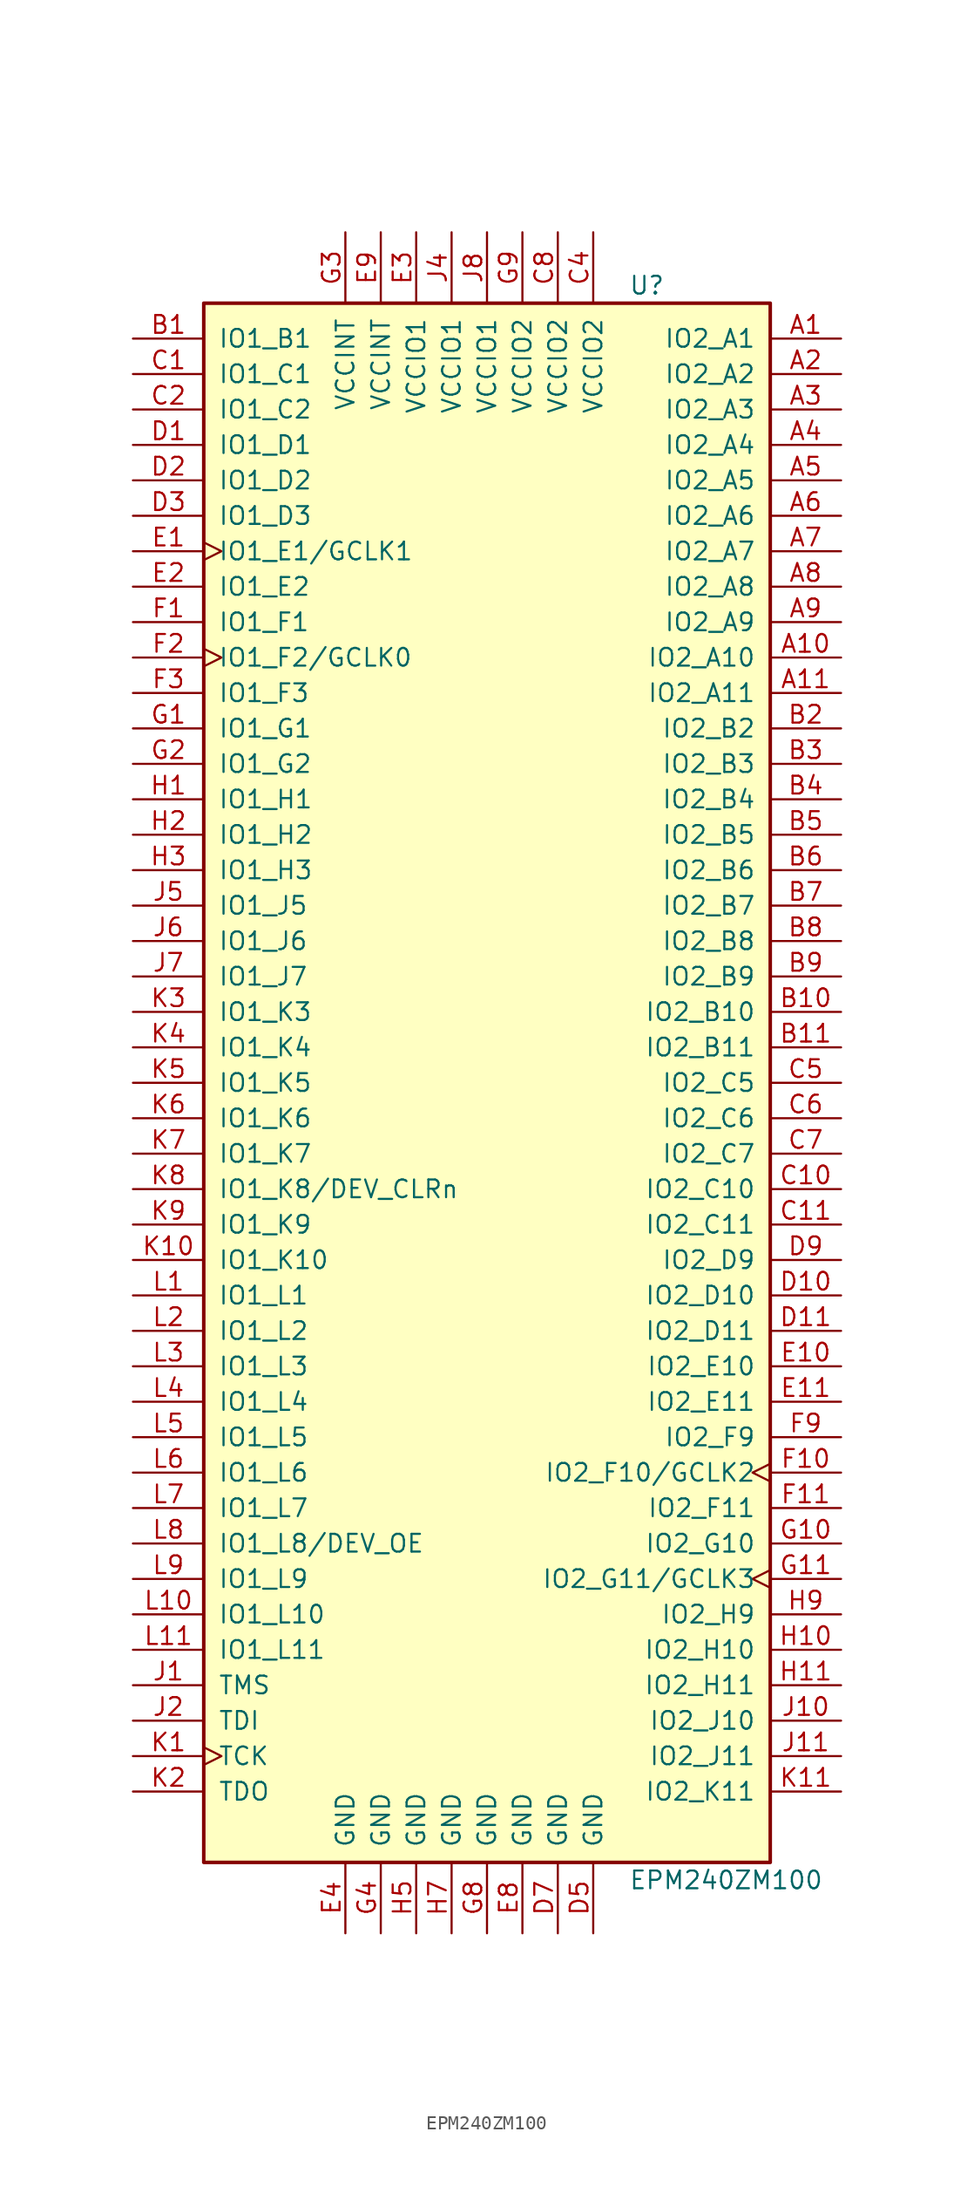
<source format=kicad_sym>
(kicad_symbol_lib
  (version 20201005)
  (generator kicad_symbol_editor)
  (symbol "EPM240ZM100"
    (pin_names
      (offset 1.016))
    (property "Reference" "U"
      (at 10.16 57.15 0)
      (effects (font (size 1.27 1.27)) (justify left)))
    (property "Value" "EPM240ZM100"
      (at 10.16 -57.15 0)
      (effects (font (size 1.27 1.27)) (justify left)))
    (property "ki_locked" ""
      (at 0 0 0)
      (effects (font (size 1.27 1.27))))
    (symbol "EPM240ZM100_1_1"
      (rectangle (start -20.32 55.88) (end 20.32 -55.88) (stroke (width 0.254)) (fill (type background)))
      (pin bidirectional line (at 25.4 53.34 180) (length 5.08) (name "IO2_A1" (effects (font (size 1.27 1.27)))) (number "A1" (effects (font (size 1.27 1.27)))))
      (pin bidirectional line (at 25.4 30.48 180) (length 5.08) (name "IO2_A10" (effects (font (size 1.27 1.27)))) (number "A10" (effects (font (size 1.27 1.27)))))
      (pin bidirectional line (at 25.4 27.94 180) (length 5.08) (name "IO2_A11" (effects (font (size 1.27 1.27)))) (number "A11" (effects (font (size 1.27 1.27)))))
      (pin bidirectional line (at 25.4 50.8 180) (length 5.08) (name "IO2_A2" (effects (font (size 1.27 1.27)))) (number "A2" (effects (font (size 1.27 1.27)))))
      (pin bidirectional line (at 25.4 48.26 180) (length 5.08) (name "IO2_A3" (effects (font (size 1.27 1.27)))) (number "A3" (effects (font (size 1.27 1.27)))))
      (pin bidirectional line (at 25.4 45.72 180) (length 5.08) (name "IO2_A4" (effects (font (size 1.27 1.27)))) (number "A4" (effects (font (size 1.27 1.27)))))
      (pin bidirectional line (at 25.4 43.18 180) (length 5.08) (name "IO2_A5" (effects (font (size 1.27 1.27)))) (number "A5" (effects (font (size 1.27 1.27)))))
      (pin bidirectional line (at 25.4 40.64 180) (length 5.08) (name "IO2_A6" (effects (font (size 1.27 1.27)))) (number "A6" (effects (font (size 1.27 1.27)))))
      (pin bidirectional line (at 25.4 38.1 180) (length 5.08) (name "IO2_A7" (effects (font (size 1.27 1.27)))) (number "A7" (effects (font (size 1.27 1.27)))))
      (pin bidirectional line (at 25.4 35.56 180) (length 5.08) (name "IO2_A8" (effects (font (size 1.27 1.27)))) (number "A8" (effects (font (size 1.27 1.27)))))
      (pin bidirectional line (at 25.4 33.02 180) (length 5.08) (name "IO2_A9" (effects (font (size 1.27 1.27)))) (number "A9" (effects (font (size 1.27 1.27)))))
      (pin bidirectional line (at -25.4 53.34 0) (length 5.08) (name "IO1_B1" (effects (font (size 1.27 1.27)))) (number "B1" (effects (font (size 1.27 1.27)))))
      (pin bidirectional line (at 25.4 5.08 180) (length 5.08) (name "IO2_B10" (effects (font (size 1.27 1.27)))) (number "B10" (effects (font (size 1.27 1.27)))))
      (pin bidirectional line (at 25.4 2.54 180) (length 5.08) (name "IO2_B11" (effects (font (size 1.27 1.27)))) (number "B11" (effects (font (size 1.27 1.27)))))
      (pin bidirectional line (at 25.4 25.4 180) (length 5.08) (name "IO2_B2" (effects (font (size 1.27 1.27)))) (number "B2" (effects (font (size 1.27 1.27)))))
      (pin bidirectional line (at 25.4 22.86 180) (length 5.08) (name "IO2_B3" (effects (font (size 1.27 1.27)))) (number "B3" (effects (font (size 1.27 1.27)))))
      (pin bidirectional line (at 25.4 20.32 180) (length 5.08) (name "IO2_B4" (effects (font (size 1.27 1.27)))) (number "B4" (effects (font (size 1.27 1.27)))))
      (pin bidirectional line (at 25.4 17.78 180) (length 5.08) (name "IO2_B5" (effects (font (size 1.27 1.27)))) (number "B5" (effects (font (size 1.27 1.27)))))
      (pin bidirectional line (at 25.4 15.24 180) (length 5.08) (name "IO2_B6" (effects (font (size 1.27 1.27)))) (number "B6" (effects (font (size 1.27 1.27)))))
      (pin bidirectional line (at 25.4 12.7 180) (length 5.08) (name "IO2_B7" (effects (font (size 1.27 1.27)))) (number "B7" (effects (font (size 1.27 1.27)))))
      (pin bidirectional line (at 25.4 10.16 180) (length 5.08) (name "IO2_B8" (effects (font (size 1.27 1.27)))) (number "B8" (effects (font (size 1.27 1.27)))))
      (pin bidirectional line (at 25.4 7.62 180) (length 5.08) (name "IO2_B9" (effects (font (size 1.27 1.27)))) (number "B9" (effects (font (size 1.27 1.27)))))
      (pin bidirectional line (at -25.4 50.8 0) (length 5.08) (name "IO1_C1" (effects (font (size 1.27 1.27)))) (number "C1" (effects (font (size 1.27 1.27)))))
      (pin bidirectional line (at 25.4 -7.62 180) (length 5.08) (name "IO2_C10" (effects (font (size 1.27 1.27)))) (number "C10" (effects (font (size 1.27 1.27)))))
      (pin bidirectional line (at 25.4 -10.16 180) (length 5.08) (name "IO2_C11" (effects (font (size 1.27 1.27)))) (number "C11" (effects (font (size 1.27 1.27)))))
      (pin bidirectional line (at -25.4 48.26 0) (length 5.08) (name "IO1_C2" (effects (font (size 1.27 1.27)))) (number "C2" (effects (font (size 1.27 1.27)))))
      (pin power_in line (at 7.62 60.96 270) (length 5.08) (name "VCCIO2" (effects (font (size 1.27 1.27)))) (number "C4" (effects (font (size 1.27 1.27)))))
      (pin bidirectional line (at 25.4 0 180) (length 5.08) (name "IO2_C5" (effects (font (size 1.27 1.27)))) (number "C5" (effects (font (size 1.27 1.27)))))
      (pin bidirectional line (at 25.4 -2.54 180) (length 5.08) (name "IO2_C6" (effects (font (size 1.27 1.27)))) (number "C6" (effects (font (size 1.27 1.27)))))
      (pin bidirectional line (at 25.4 -5.08 180) (length 5.08) (name "IO2_C7" (effects (font (size 1.27 1.27)))) (number "C7" (effects (font (size 1.27 1.27)))))
      (pin power_in line (at 5.08 60.96 270) (length 5.08) (name "VCCIO2" (effects (font (size 1.27 1.27)))) (number "C8" (effects (font (size 1.27 1.27)))))
      (pin bidirectional line (at -25.4 45.72 0) (length 5.08) (name "IO1_D1" (effects (font (size 1.27 1.27)))) (number "D1" (effects (font (size 1.27 1.27)))))
      (pin bidirectional line (at 25.4 -15.24 180) (length 5.08) (name "IO2_D10" (effects (font (size 1.27 1.27)))) (number "D10" (effects (font (size 1.27 1.27)))))
      (pin bidirectional line (at 25.4 -17.78 180) (length 5.08) (name "IO2_D11" (effects (font (size 1.27 1.27)))) (number "D11" (effects (font (size 1.27 1.27)))))
      (pin bidirectional line (at -25.4 43.18 0) (length 5.08) (name "IO1_D2" (effects (font (size 1.27 1.27)))) (number "D2" (effects (font (size 1.27 1.27)))))
      (pin bidirectional line (at -25.4 40.64 0) (length 5.08) (name "IO1_D3" (effects (font (size 1.27 1.27)))) (number "D3" (effects (font (size 1.27 1.27)))))
      (pin power_in line (at 7.62 -60.96 90) (length 5.08) (name "GND" (effects (font (size 1.27 1.27)))) (number "D5" (effects (font (size 1.27 1.27)))))
      (pin power_in line (at 5.08 -60.96 90) (length 5.08) (name "GND" (effects (font (size 1.27 1.27)))) (number "D7" (effects (font (size 1.27 1.27)))))
      (pin bidirectional line (at 25.4 -12.7 180) (length 5.08) (name "IO2_D9" (effects (font (size 1.27 1.27)))) (number "D9" (effects (font (size 1.27 1.27)))))
      (pin bidirectional clock (at -25.4 38.1 0) (length 5.08) (name "IO1_E1/GCLK1" (effects (font (size 1.27 1.27)))) (number "E1" (effects (font (size 1.27 1.27)))))
      (pin bidirectional line (at 25.4 -20.32 180) (length 5.08) (name "IO2_E10" (effects (font (size 1.27 1.27)))) (number "E10" (effects (font (size 1.27 1.27)))))
      (pin bidirectional line (at 25.4 -22.86 180) (length 5.08) (name "IO2_E11" (effects (font (size 1.27 1.27)))) (number "E11" (effects (font (size 1.27 1.27)))))
      (pin bidirectional line (at -25.4 35.56 0) (length 5.08) (name "IO1_E2" (effects (font (size 1.27 1.27)))) (number "E2" (effects (font (size 1.27 1.27)))))
      (pin power_in line (at -5.08 60.96 270) (length 5.08) (name "VCCIO1" (effects (font (size 1.27 1.27)))) (number "E3" (effects (font (size 1.27 1.27)))))
      (pin power_in line (at -10.16 -60.96 90) (length 5.08) (name "GND" (effects (font (size 1.27 1.27)))) (number "E4" (effects (font (size 1.27 1.27)))))
      (pin power_in line (at 2.54 -60.96 90) (length 5.08) (name "GND" (effects (font (size 1.27 1.27)))) (number "E8" (effects (font (size 1.27 1.27)))))
      (pin power_in line (at -7.62 60.96 270) (length 5.08) (name "VCCINT" (effects (font (size 1.27 1.27)))) (number "E9" (effects (font (size 1.27 1.27)))))
      (pin bidirectional line (at -25.4 33.02 0) (length 5.08) (name "IO1_F1" (effects (font (size 1.27 1.27)))) (number "F1" (effects (font (size 1.27 1.27)))))
      (pin bidirectional clock (at 25.4 -27.94 180) (length 5.08) (name "IO2_F10/GCLK2" (effects (font (size 1.27 1.27)))) (number "F10" (effects (font (size 1.27 1.27)))))
      (pin bidirectional line (at 25.4 -30.48 180) (length 5.08) (name "IO2_F11" (effects (font (size 1.27 1.27)))) (number "F11" (effects (font (size 1.27 1.27)))))
      (pin bidirectional clock (at -25.4 30.48 0) (length 5.08) (name "IO1_F2/GCLK0" (effects (font (size 1.27 1.27)))) (number "F2" (effects (font (size 1.27 1.27)))))
      (pin bidirectional line (at -25.4 27.94 0) (length 5.08) (name "IO1_F3" (effects (font (size 1.27 1.27)))) (number "F3" (effects (font (size 1.27 1.27)))))
      (pin bidirectional line (at 25.4 -25.4 180) (length 5.08) (name "IO2_F9" (effects (font (size 1.27 1.27)))) (number "F9" (effects (font (size 1.27 1.27)))))
      (pin bidirectional line (at -25.4 25.4 0) (length 5.08) (name "IO1_G1" (effects (font (size 1.27 1.27)))) (number "G1" (effects (font (size 1.27 1.27)))))
      (pin bidirectional line (at 25.4 -33.02 180) (length 5.08) (name "IO2_G10" (effects (font (size 1.27 1.27)))) (number "G10" (effects (font (size 1.27 1.27)))))
      (pin bidirectional clock (at 25.4 -35.56 180) (length 5.08) (name "IO2_G11/GCLK3" (effects (font (size 1.27 1.27)))) (number "G11" (effects (font (size 1.27 1.27)))))
      (pin bidirectional line (at -25.4 22.86 0) (length 5.08) (name "IO1_G2" (effects (font (size 1.27 1.27)))) (number "G2" (effects (font (size 1.27 1.27)))))
      (pin power_in line (at -10.16 60.96 270) (length 5.08) (name "VCCINT" (effects (font (size 1.27 1.27)))) (number "G3" (effects (font (size 1.27 1.27)))))
      (pin power_in line (at -7.62 -60.96 90) (length 5.08) (name "GND" (effects (font (size 1.27 1.27)))) (number "G4" (effects (font (size 1.27 1.27)))))
      (pin power_in line (at 0 -60.96 90) (length 5.08) (name "GND" (effects (font (size 1.27 1.27)))) (number "G8" (effects (font (size 1.27 1.27)))))
      (pin power_in line (at 2.54 60.96 270) (length 5.08) (name "VCCIO2" (effects (font (size 1.27 1.27)))) (number "G9" (effects (font (size 1.27 1.27)))))
      (pin bidirectional line (at -25.4 20.32 0) (length 5.08) (name "IO1_H1" (effects (font (size 1.27 1.27)))) (number "H1" (effects (font (size 1.27 1.27)))))
      (pin bidirectional line (at 25.4 -40.64 180) (length 5.08) (name "IO2_H10" (effects (font (size 1.27 1.27)))) (number "H10" (effects (font (size 1.27 1.27)))))
      (pin bidirectional line (at 25.4 -43.18 180) (length 5.08) (name "IO2_H11" (effects (font (size 1.27 1.27)))) (number "H11" (effects (font (size 1.27 1.27)))))
      (pin bidirectional line (at -25.4 17.78 0) (length 5.08) (name "IO1_H2" (effects (font (size 1.27 1.27)))) (number "H2" (effects (font (size 1.27 1.27)))))
      (pin bidirectional line (at -25.4 15.24 0) (length 5.08) (name "IO1_H3" (effects (font (size 1.27 1.27)))) (number "H3" (effects (font (size 1.27 1.27)))))
      (pin power_in line (at -5.08 -60.96 90) (length 5.08) (name "GND" (effects (font (size 1.27 1.27)))) (number "H5" (effects (font (size 1.27 1.27)))))
      (pin power_in line (at -2.54 -60.96 90) (length 5.08) (name "GND" (effects (font (size 1.27 1.27)))) (number "H7" (effects (font (size 1.27 1.27)))))
      (pin bidirectional line (at 25.4 -38.1 180) (length 5.08) (name "IO2_H9" (effects (font (size 1.27 1.27)))) (number "H9" (effects (font (size 1.27 1.27)))))
      (pin input line (at -25.4 -43.18 0) (length 5.08) (name "TMS" (effects (font (size 1.27 1.27)))) (number "J1" (effects (font (size 1.27 1.27)))))
      (pin bidirectional line (at 25.4 -45.72 180) (length 5.08) (name "IO2_J10" (effects (font (size 1.27 1.27)))) (number "J10" (effects (font (size 1.27 1.27)))))
      (pin bidirectional line (at 25.4 -48.26 180) (length 5.08) (name "IO2_J11" (effects (font (size 1.27 1.27)))) (number "J11" (effects (font (size 1.27 1.27)))))
      (pin input line (at -25.4 -45.72 0) (length 5.08) (name "TDI" (effects (font (size 1.27 1.27)))) (number "J2" (effects (font (size 1.27 1.27)))))
      (pin power_in line (at -2.54 60.96 270) (length 5.08) (name "VCCIO1" (effects (font (size 1.27 1.27)))) (number "J4" (effects (font (size 1.27 1.27)))))
      (pin bidirectional line (at -25.4 12.7 0) (length 5.08) (name "IO1_J5" (effects (font (size 1.27 1.27)))) (number "J5" (effects (font (size 1.27 1.27)))))
      (pin bidirectional line (at -25.4 10.16 0) (length 5.08) (name "IO1_J6" (effects (font (size 1.27 1.27)))) (number "J6" (effects (font (size 1.27 1.27)))))
      (pin bidirectional line (at -25.4 7.62 0) (length 5.08) (name "IO1_J7" (effects (font (size 1.27 1.27)))) (number "J7" (effects (font (size 1.27 1.27)))))
      (pin power_in line (at 0 60.96 270) (length 5.08) (name "VCCIO1" (effects (font (size 1.27 1.27)))) (number "J8" (effects (font (size 1.27 1.27)))))
      (pin input clock (at -25.4 -48.26 0) (length 5.08) (name "TCK" (effects (font (size 1.27 1.27)))) (number "K1" (effects (font (size 1.27 1.27)))))
      (pin bidirectional line (at -25.4 -12.7 0) (length 5.08) (name "IO1_K10" (effects (font (size 1.27 1.27)))) (number "K10" (effects (font (size 1.27 1.27)))))
      (pin bidirectional line (at 25.4 -50.8 180) (length 5.08) (name "IO2_K11" (effects (font (size 1.27 1.27)))) (number "K11" (effects (font (size 1.27 1.27)))))
      (pin output line (at -25.4 -50.8 0) (length 5.08) (name "TDO" (effects (font (size 1.27 1.27)))) (number "K2" (effects (font (size 1.27 1.27)))))
      (pin bidirectional line (at -25.4 5.08 0) (length 5.08) (name "IO1_K3" (effects (font (size 1.27 1.27)))) (number "K3" (effects (font (size 1.27 1.27)))))
      (pin bidirectional line (at -25.4 2.54 0) (length 5.08) (name "IO1_K4" (effects (font (size 1.27 1.27)))) (number "K4" (effects (font (size 1.27 1.27)))))
      (pin bidirectional line (at -25.4 0 0) (length 5.08) (name "IO1_K5" (effects (font (size 1.27 1.27)))) (number "K5" (effects (font (size 1.27 1.27)))))
      (pin bidirectional line (at -25.4 -2.54 0) (length 5.08) (name "IO1_K6" (effects (font (size 1.27 1.27)))) (number "K6" (effects (font (size 1.27 1.27)))))
      (pin bidirectional line (at -25.4 -5.08 0) (length 5.08) (name "IO1_K7" (effects (font (size 1.27 1.27)))) (number "K7" (effects (font (size 1.27 1.27)))))
      (pin bidirectional line (at -25.4 -7.62 0) (length 5.08) (name "IO1_K8/DEV_CLRn" (effects (font (size 1.27 1.27)))) (number "K8" (effects (font (size 1.27 1.27)))))
      (pin bidirectional line (at -25.4 -10.16 0) (length 5.08) (name "IO1_K9" (effects (font (size 1.27 1.27)))) (number "K9" (effects (font (size 1.27 1.27)))))
      (pin bidirectional line (at -25.4 -15.24 0) (length 5.08) (name "IO1_L1" (effects (font (size 1.27 1.27)))) (number "L1" (effects (font (size 1.27 1.27)))))
      (pin bidirectional line (at -25.4 -38.1 0) (length 5.08) (name "IO1_L10" (effects (font (size 1.27 1.27)))) (number "L10" (effects (font (size 1.27 1.27)))))
      (pin bidirectional line (at -25.4 -40.64 0) (length 5.08) (name "IO1_L11" (effects (font (size 1.27 1.27)))) (number "L11" (effects (font (size 1.27 1.27)))))
      (pin bidirectional line (at -25.4 -17.78 0) (length 5.08) (name "IO1_L2" (effects (font (size 1.27 1.27)))) (number "L2" (effects (font (size 1.27 1.27)))))
      (pin bidirectional line (at -25.4 -20.32 0) (length 5.08) (name "IO1_L3" (effects (font (size 1.27 1.27)))) (number "L3" (effects (font (size 1.27 1.27)))))
      (pin bidirectional line (at -25.4 -22.86 0) (length 5.08) (name "IO1_L4" (effects (font (size 1.27 1.27)))) (number "L4" (effects (font (size 1.27 1.27)))))
      (pin bidirectional line (at -25.4 -25.4 0) (length 5.08) (name "IO1_L5" (effects (font (size 1.27 1.27)))) (number "L5" (effects (font (size 1.27 1.27)))))
      (pin bidirectional line (at -25.4 -27.94 0) (length 5.08) (name "IO1_L6" (effects (font (size 1.27 1.27)))) (number "L6" (effects (font (size 1.27 1.27)))))
      (pin bidirectional line (at -25.4 -30.48 0) (length 5.08) (name "IO1_L7" (effects (font (size 1.27 1.27)))) (number "L7" (effects (font (size 1.27 1.27)))))
      (pin bidirectional line (at -25.4 -33.02 0) (length 5.08) (name "IO1_L8/DEV_OE" (effects (font (size 1.27 1.27)))) (number "L8" (effects (font (size 1.27 1.27)))))
      (pin bidirectional line (at -25.4 -35.56 0) (length 5.08) (name "IO1_L9" (effects (font (size 1.27 1.27)))) (number "L9" (effects (font (size 1.27 1.27))))))))
</source>
